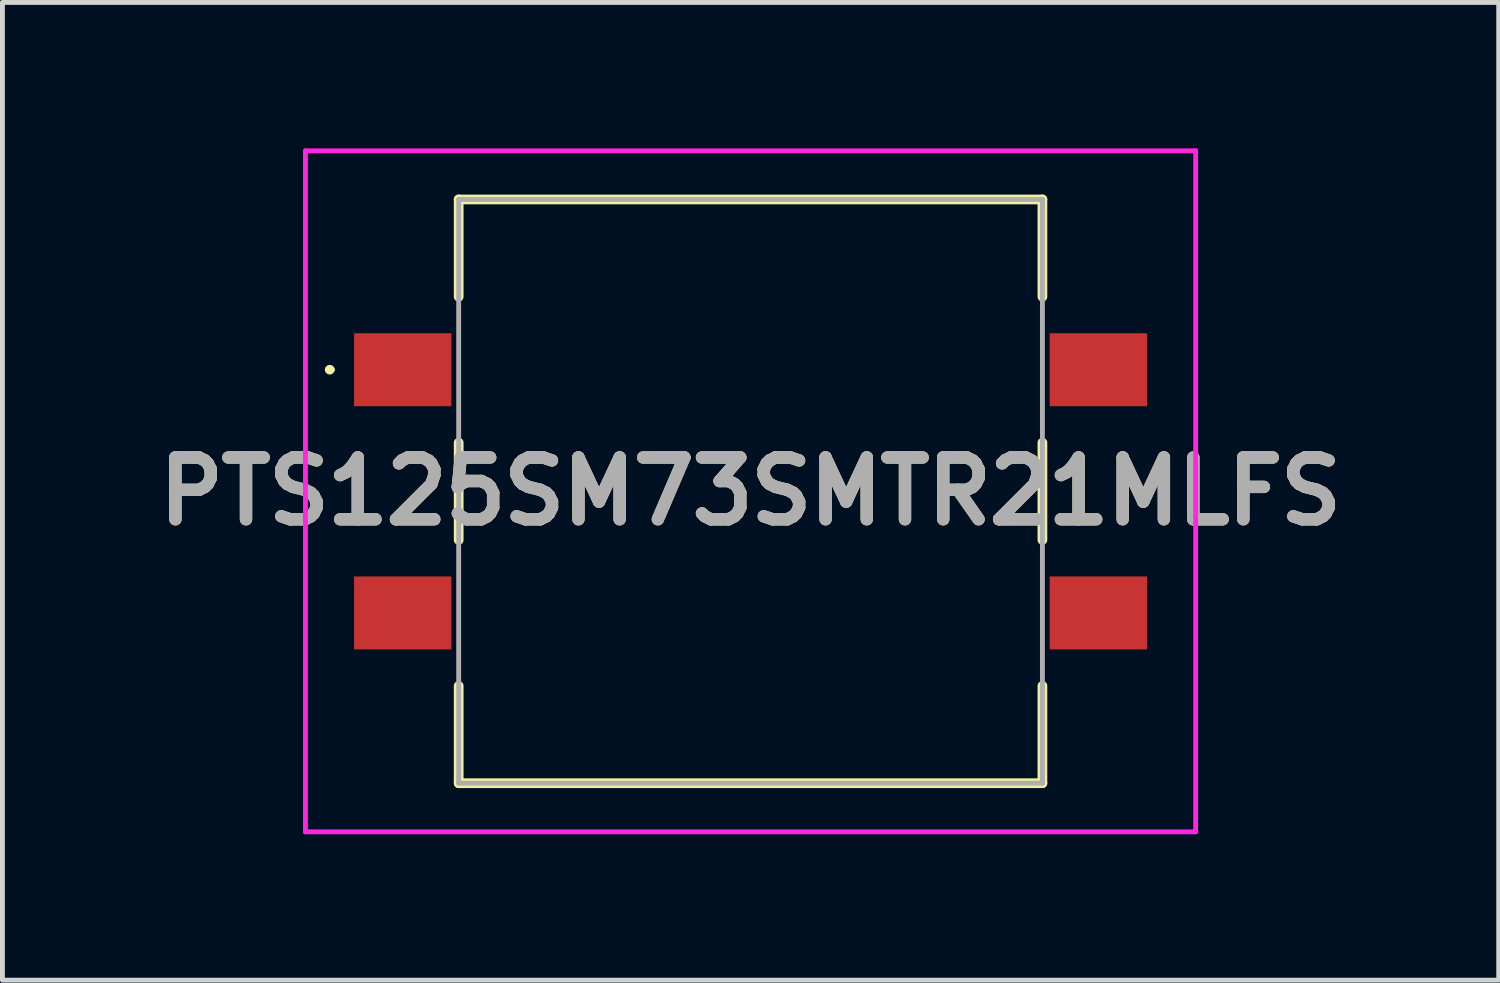
<source format=kicad_pcb>
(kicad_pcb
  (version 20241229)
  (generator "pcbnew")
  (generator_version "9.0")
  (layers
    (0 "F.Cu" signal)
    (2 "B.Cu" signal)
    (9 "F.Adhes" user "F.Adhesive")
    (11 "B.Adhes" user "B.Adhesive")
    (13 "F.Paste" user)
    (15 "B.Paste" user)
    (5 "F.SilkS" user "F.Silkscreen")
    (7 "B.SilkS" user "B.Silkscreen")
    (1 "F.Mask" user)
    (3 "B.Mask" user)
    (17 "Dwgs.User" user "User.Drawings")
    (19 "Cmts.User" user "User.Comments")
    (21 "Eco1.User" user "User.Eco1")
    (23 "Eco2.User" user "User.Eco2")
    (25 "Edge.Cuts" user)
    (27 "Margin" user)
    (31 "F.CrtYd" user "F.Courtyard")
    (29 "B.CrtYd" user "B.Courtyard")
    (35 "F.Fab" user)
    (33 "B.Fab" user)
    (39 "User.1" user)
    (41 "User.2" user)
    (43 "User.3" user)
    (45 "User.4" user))
  (footprint "PTS125SM73SMTR21MLFS"
    (layer "F.Cu")
    (at 12.379 7.05)
    (property "Reference" "PTS125SM73SMTR21MLFS" (at 0 0 0) (layer "F.SilkS") (effects (font (size 1.27 1.27) (thickness 0.254))))
    (attr smd)
    (fp_line (start -8.7 -2.5) (end -8.7 -2.5) (stroke (width 0.1) (type solid)) (layer "F.SilkS"))
    (fp_line (start -8.6 -2.5) (end -8.6 -2.5) (stroke (width 0.1) (type solid)) (layer "F.SilkS"))
    (fp_line (start -6 -6) (end 6 -6) (stroke (width 0.2) (type solid)) (layer "F.SilkS"))
    (fp_line (start -6 -4) (end -6 -6) (stroke (width 0.2) (type solid)) (layer "F.SilkS"))
    (fp_line (start -6 1) (end -6 -1) (stroke (width 0.2) (type solid)) (layer "F.SilkS"))
    (fp_line (start -6 4) (end -6 6) (stroke (width 0.2) (type solid)) (layer "F.SilkS"))
    (fp_line (start -6 6) (end 6 6) (stroke (width 0.2) (type solid)) (layer "F.SilkS"))
    (fp_line (start 6 -6) (end 6 -4) (stroke (width 0.2) (type solid)) (layer "F.SilkS"))
    (fp_line (start 6 1) (end 6 -1) (stroke (width 0.2) (type solid)) (layer "F.SilkS"))
    (fp_line (start 6 6) (end 6 4) (stroke (width 0.2) (type solid)) (layer "F.SilkS"))
    (fp_arc (start -8.7 -2.5) (mid -8.65 -2.55) (end -8.6 -2.5) (stroke (width 0.1) (type solid)) (layer "F.SilkS"))
    (fp_arc (start -8.6 -2.5) (mid -8.65 -2.45) (end -8.7 -2.5) (stroke (width 0.1) (type solid)) (layer "F.SilkS"))
    (fp_line (start -9.15 -7) (end 9.15 -7) (stroke (width 0.1) (type solid)) (layer "F.CrtYd"))
    (fp_line (start -9.15 7) (end -9.15 -7) (stroke (width 0.1) (type solid)) (layer "F.CrtYd"))
    (fp_line (start 9.15 -7) (end 9.15 7) (stroke (width 0.1) (type solid)) (layer "F.CrtYd"))
    (fp_line (start 9.15 7) (end -9.15 7) (stroke (width 0.1) (type solid)) (layer "F.CrtYd"))
    (fp_line (start -6 -6) (end 6 -6) (stroke (width 0.1) (type solid)) (layer "F.Fab"))
    (fp_line (start -6 6) (end -6 -6) (stroke (width 0.1) (type solid)) (layer "F.Fab"))
    (fp_line (start 6 -6) (end 6 6) (stroke (width 0.1) (type solid)) (layer "F.Fab"))
    (fp_line (start 6 6) (end -6 6) (stroke (width 0.1) (type solid)) (layer "F.Fab"))
    (fp_text user "${REFERENCE}" (at 0 0 0) (layer "F.Fab") (effects (font (size 1.27 1.27) (thickness 0.254))))
    (pad "A1" smd rect (at -7.15 -2.5 90) (size 1.5 2) (layers "F.Cu" "F.Mask" "F.Paste"))
    (pad "B1" smd rect (at 7.15 -2.5 90) (size 1.5 2) (layers "F.Cu" "F.Mask" "F.Paste"))
    (pad "C1" smd rect (at -7.15 2.5 90) (size 1.5 2) (layers "F.Cu" "F.Mask" "F.Paste"))
    (pad "D1" smd rect (at 7.15 2.5 90) (size 1.5 2) (layers "F.Cu" "F.Mask" "F.Paste")))
  (gr_rect
    (start -3 -3)
    (end 27.759 17.1)
    (stroke (width 0.1) (type default))
    (fill no)
    (layer "Edge.Cuts")))
</source>
